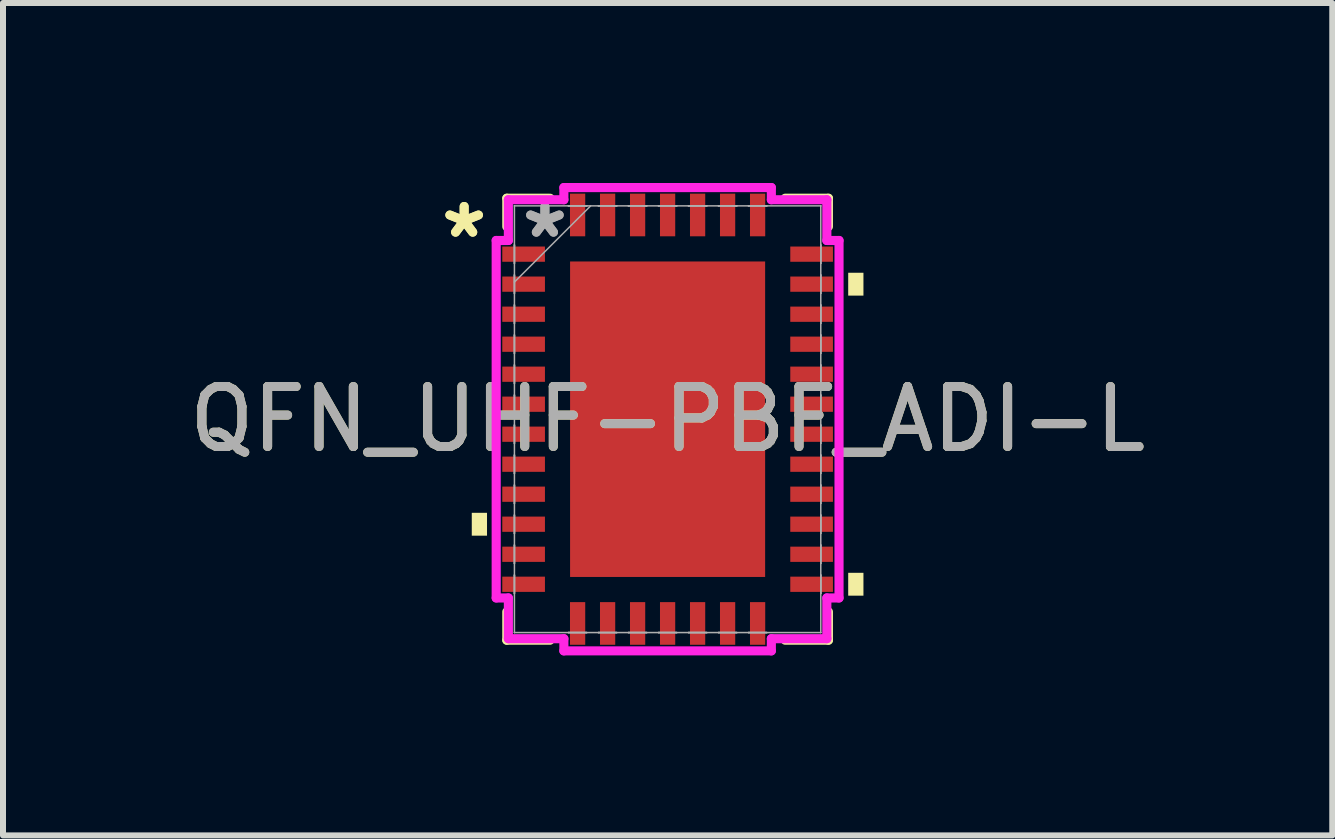
<source format=kicad_pcb>
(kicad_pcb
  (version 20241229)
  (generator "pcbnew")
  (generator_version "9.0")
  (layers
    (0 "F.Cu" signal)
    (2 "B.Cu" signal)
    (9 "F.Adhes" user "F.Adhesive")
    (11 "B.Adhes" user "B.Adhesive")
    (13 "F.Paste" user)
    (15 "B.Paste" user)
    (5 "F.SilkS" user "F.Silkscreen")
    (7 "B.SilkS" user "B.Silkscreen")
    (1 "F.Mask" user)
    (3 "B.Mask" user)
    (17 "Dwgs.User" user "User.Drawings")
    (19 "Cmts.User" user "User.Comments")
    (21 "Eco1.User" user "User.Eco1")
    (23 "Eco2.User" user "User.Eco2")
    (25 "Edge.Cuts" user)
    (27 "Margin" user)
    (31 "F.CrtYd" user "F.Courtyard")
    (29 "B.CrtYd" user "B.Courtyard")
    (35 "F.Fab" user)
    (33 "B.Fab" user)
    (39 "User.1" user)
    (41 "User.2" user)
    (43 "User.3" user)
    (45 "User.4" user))
  (footprint "QFN_UHF-PBF_ADI-L"
    (layer "F.Cu")
    (at 8.077 3.937)
    (property "Reference" "QFN_UHF-PBF_ADI-L" (at 0 0 0) (unlocked yes) (layer "F.SilkS") (effects (font (size 1 1) (thickness 0.15))))
    (attr smd)
    (fp_line (start -2.68 -3.683) (end -2.68 -3.21) (stroke (width 0.152) (type solid)) (layer "F.SilkS"))
    (fp_line (start -2.68 3.21) (end -2.68 3.683) (stroke (width 0.152) (type solid)) (layer "F.SilkS"))
    (fp_line (start -2.68 3.683) (end -1.96 3.683) (stroke (width 0.152) (type solid)) (layer "F.SilkS"))
    (fp_line (start -1.96 -3.683) (end -2.68 -3.683) (stroke (width 0.152) (type solid)) (layer "F.SilkS"))
    (fp_line (start 1.96 3.683) (end 2.68 3.683) (stroke (width 0.152) (type solid)) (layer "F.SilkS"))
    (fp_line (start 2.68 -3.683) (end 1.96 -3.683) (stroke (width 0.152) (type solid)) (layer "F.SilkS"))
    (fp_line (start 2.68 -3.21) (end 2.68 -3.683) (stroke (width 0.152) (type solid)) (layer "F.SilkS"))
    (fp_line (start 2.68 3.683) (end 2.68 3.21) (stroke (width 0.152) (type solid)) (layer "F.SilkS"))
    (fp_poly (pts (xy -3.264 1.56) (xy -3.264 1.941) (xy -3.01 1.941) (xy -3.01 1.56)) (stroke (width 0) (type solid)) (fill yes) (layer "F.SilkS"))
    (fp_poly (pts (xy 3.264 -2.441) (xy 3.264 -2.06) (xy 3.01 -2.06) (xy 3.01 -2.441)) (stroke (width 0) (type solid)) (fill yes) (layer "F.SilkS"))
    (fp_poly (pts (xy 3.264 2.56) (xy 3.264 2.941) (xy 3.01 2.941) (xy 3.01 2.56)) (stroke (width 0) (type solid)) (fill yes) (layer "F.SilkS"))
    (fp_poly (pts (xy -1.526 -2.529) (xy -1.526 -1.414) (xy -0.1 -1.414) (xy -0.1 -2.529)) (stroke (width 0) (type solid)) (fill yes) (layer "F.Paste"))
    (fp_poly (pts (xy -1.526 -1.214) (xy -1.526 -0.1) (xy -0.1 -0.1) (xy -0.1 -1.214)) (stroke (width 0) (type solid)) (fill yes) (layer "F.Paste"))
    (fp_poly (pts (xy -1.526 0.1) (xy -1.526 1.214) (xy -0.1 1.214) (xy -0.1 0.1)) (stroke (width 0) (type solid)) (fill yes) (layer "F.Paste"))
    (fp_poly (pts (xy -1.526 1.414) (xy -1.526 2.529) (xy -0.1 2.529) (xy -0.1 1.414)) (stroke (width 0) (type solid)) (fill yes) (layer "F.Paste"))
    (fp_poly (pts (xy 0.1 -2.529) (xy 0.1 -1.414) (xy 1.526 -1.414) (xy 1.526 -2.529)) (stroke (width 0) (type solid)) (fill yes) (layer "F.Paste"))
    (fp_poly (pts (xy 0.1 -1.214) (xy 0.1 -0.1) (xy 1.526 -0.1) (xy 1.526 -1.214)) (stroke (width 0) (type solid)) (fill yes) (layer "F.Paste"))
    (fp_poly (pts (xy 0.1 0.1) (xy 0.1 1.214) (xy 1.526 1.214) (xy 1.526 0.1)) (stroke (width 0) (type solid)) (fill yes) (layer "F.Paste"))
    (fp_poly (pts (xy 0.1 1.414) (xy 0.1 2.529) (xy 1.526 2.529) (xy 1.526 1.414)) (stroke (width 0) (type solid)) (fill yes) (layer "F.Paste"))
    (fp_line (start -2.857 -2.979) (end -2.654 -2.979) (stroke (width 0.152) (type solid)) (layer "F.CrtYd"))
    (fp_line (start -2.857 2.979) (end -2.857 -2.979) (stroke (width 0.152) (type solid)) (layer "F.CrtYd"))
    (fp_line (start -2.654 -3.658) (end -1.729 -3.658) (stroke (width 0.152) (type solid)) (layer "F.CrtYd"))
    (fp_line (start -2.654 -2.979) (end -2.654 -3.658) (stroke (width 0.152) (type solid)) (layer "F.CrtYd"))
    (fp_line (start -2.654 2.979) (end -2.857 2.979) (stroke (width 0.152) (type solid)) (layer "F.CrtYd"))
    (fp_line (start -2.654 3.658) (end -2.654 2.979) (stroke (width 0.152) (type solid)) (layer "F.CrtYd"))
    (fp_line (start -1.729 -3.861) (end 1.729 -3.861) (stroke (width 0.152) (type solid)) (layer "F.CrtYd"))
    (fp_line (start -1.729 -3.658) (end -1.729 -3.861) (stroke (width 0.152) (type solid)) (layer "F.CrtYd"))
    (fp_line (start -1.729 3.658) (end -2.654 3.658) (stroke (width 0.152) (type solid)) (layer "F.CrtYd"))
    (fp_line (start -1.729 3.861) (end -1.729 3.658) (stroke (width 0.152) (type solid)) (layer "F.CrtYd"))
    (fp_line (start 1.729 -3.861) (end 1.729 -3.658) (stroke (width 0.152) (type solid)) (layer "F.CrtYd"))
    (fp_line (start 1.729 -3.658) (end 2.654 -3.658) (stroke (width 0.152) (type solid)) (layer "F.CrtYd"))
    (fp_line (start 1.729 3.658) (end 1.729 3.861) (stroke (width 0.152) (type solid)) (layer "F.CrtYd"))
    (fp_line (start 1.729 3.861) (end -1.729 3.861) (stroke (width 0.152) (type solid)) (layer "F.CrtYd"))
    (fp_line (start 2.654 -3.658) (end 2.654 -2.979) (stroke (width 0.152) (type solid)) (layer "F.CrtYd"))
    (fp_line (start 2.654 -2.979) (end 2.857 -2.979) (stroke (width 0.152) (type solid)) (layer "F.CrtYd"))
    (fp_line (start 2.654 2.979) (end 2.654 3.658) (stroke (width 0.152) (type solid)) (layer "F.CrtYd"))
    (fp_line (start 2.654 3.658) (end 1.729 3.658) (stroke (width 0.152) (type solid)) (layer "F.CrtYd"))
    (fp_line (start 2.857 -2.979) (end 2.857 2.979) (stroke (width 0.152) (type solid)) (layer "F.CrtYd"))
    (fp_line (start 2.857 2.979) (end 2.654 2.979) (stroke (width 0.152) (type solid)) (layer "F.CrtYd"))
    (fp_line (start -2.553 -3.556) (end -2.553 -3.556) (stroke (width 0.025) (type solid)) (layer "F.Fab"))
    (fp_line (start -2.553 -3.556) (end -2.553 3.556) (stroke (width 0.025) (type solid)) (layer "F.Fab"))
    (fp_line (start -2.553 -2.903) (end -2.553 -2.903) (stroke (width 0.025) (type solid)) (layer "F.Fab"))
    (fp_line (start -2.553 -2.903) (end -2.553 -2.598) (stroke (width 0.025) (type solid)) (layer "F.Fab"))
    (fp_line (start -2.553 -2.598) (end -2.553 -2.903) (stroke (width 0.025) (type solid)) (layer "F.Fab"))
    (fp_line (start -2.553 -2.598) (end -2.553 -2.598) (stroke (width 0.025) (type solid)) (layer "F.Fab"))
    (fp_line (start -2.553 -2.403) (end -2.553 -2.403) (stroke (width 0.025) (type solid)) (layer "F.Fab"))
    (fp_line (start -2.553 -2.403) (end -2.553 -2.098) (stroke (width 0.025) (type solid)) (layer "F.Fab"))
    (fp_line (start -2.553 -2.286) (end -1.283 -3.556) (stroke (width 0.025) (type solid)) (layer "F.Fab"))
    (fp_line (start -2.553 -2.098) (end -2.553 -2.403) (stroke (width 0.025) (type solid)) (layer "F.Fab"))
    (fp_line (start -2.553 -2.098) (end -2.553 -2.098) (stroke (width 0.025) (type solid)) (layer "F.Fab"))
    (fp_line (start -2.553 -1.903) (end -2.553 -1.903) (stroke (width 0.025) (type solid)) (layer "F.Fab"))
    (fp_line (start -2.553 -1.903) (end -2.553 -1.598) (stroke (width 0.025) (type solid)) (layer "F.Fab"))
    (fp_line (start -2.553 -1.598) (end -2.553 -1.903) (stroke (width 0.025) (type solid)) (layer "F.Fab"))
    (fp_line (start -2.553 -1.598) (end -2.553 -1.598) (stroke (width 0.025) (type solid)) (layer "F.Fab"))
    (fp_line (start -2.553 -1.403) (end -2.553 -1.403) (stroke (width 0.025) (type solid)) (layer "F.Fab"))
    (fp_line (start -2.553 -1.403) (end -2.553 -1.098) (stroke (width 0.025) (type solid)) (layer "F.Fab"))
    (fp_line (start -2.553 -1.098) (end -2.553 -1.403) (stroke (width 0.025) (type solid)) (layer "F.Fab"))
    (fp_line (start -2.553 -1.098) (end -2.553 -1.098) (stroke (width 0.025) (type solid)) (layer "F.Fab"))
    (fp_line (start -2.553 -0.903) (end -2.553 -0.903) (stroke (width 0.025) (type solid)) (layer "F.Fab"))
    (fp_line (start -2.553 -0.903) (end -2.553 -0.598) (stroke (width 0.025) (type solid)) (layer "F.Fab"))
    (fp_line (start -2.553 -0.598) (end -2.553 -0.903) (stroke (width 0.025) (type solid)) (layer "F.Fab"))
    (fp_line (start -2.553 -0.598) (end -2.553 -0.598) (stroke (width 0.025) (type solid)) (layer "F.Fab"))
    (fp_line (start -2.553 -0.402) (end -2.553 -0.402) (stroke (width 0.025) (type solid)) (layer "F.Fab"))
    (fp_line (start -2.553 -0.402) (end -2.553 -0.098) (stroke (width 0.025) (type solid)) (layer "F.Fab"))
    (fp_line (start -2.553 -0.098) (end -2.553 -0.402) (stroke (width 0.025) (type solid)) (layer "F.Fab"))
    (fp_line (start -2.553 -0.098) (end -2.553 -0.098) (stroke (width 0.025) (type solid)) (layer "F.Fab"))
    (fp_line (start -2.553 0.098) (end -2.553 0.098) (stroke (width 0.025) (type solid)) (layer "F.Fab"))
    (fp_line (start -2.553 0.098) (end -2.553 0.402) (stroke (width 0.025) (type solid)) (layer "F.Fab"))
    (fp_line (start -2.553 0.402) (end -2.553 0.098) (stroke (width 0.025) (type solid)) (layer "F.Fab"))
    (fp_line (start -2.553 0.402) (end -2.553 0.402) (stroke (width 0.025) (type solid)) (layer "F.Fab"))
    (fp_line (start -2.553 0.598) (end -2.553 0.598) (stroke (width 0.025) (type solid)) (layer "F.Fab"))
    (fp_line (start -2.553 0.598) (end -2.553 0.903) (stroke (width 0.025) (type solid)) (layer "F.Fab"))
    (fp_line (start -2.553 0.903) (end -2.553 0.598) (stroke (width 0.025) (type solid)) (layer "F.Fab"))
    (fp_line (start -2.553 0.903) (end -2.553 0.903) (stroke (width 0.025) (type solid)) (layer "F.Fab"))
    (fp_line (start -2.553 1.098) (end -2.553 1.098) (stroke (width 0.025) (type solid)) (layer "F.Fab"))
    (fp_line (start -2.553 1.098) (end -2.553 1.403) (stroke (width 0.025) (type solid)) (layer "F.Fab"))
    (fp_line (start -2.553 1.403) (end -2.553 1.098) (stroke (width 0.025) (type solid)) (layer "F.Fab"))
    (fp_line (start -2.553 1.403) (end -2.553 1.403) (stroke (width 0.025) (type solid)) (layer "F.Fab"))
    (fp_line (start -2.553 1.598) (end -2.553 1.598) (stroke (width 0.025) (type solid)) (layer "F.Fab"))
    (fp_line (start -2.553 1.598) (end -2.553 1.903) (stroke (width 0.025) (type solid)) (layer "F.Fab"))
    (fp_line (start -2.553 1.903) (end -2.553 1.598) (stroke (width 0.025) (type solid)) (layer "F.Fab"))
    (fp_line (start -2.553 1.903) (end -2.553 1.903) (stroke (width 0.025) (type solid)) (layer "F.Fab"))
    (fp_line (start -2.553 2.098) (end -2.553 2.098) (stroke (width 0.025) (type solid)) (layer "F.Fab"))
    (fp_line (start -2.553 2.098) (end -2.553 2.403) (stroke (width 0.025) (type solid)) (layer "F.Fab"))
    (fp_line (start -2.553 2.403) (end -2.553 2.098) (stroke (width 0.025) (type solid)) (layer "F.Fab"))
    (fp_line (start -2.553 2.403) (end -2.553 2.403) (stroke (width 0.025) (type solid)) (layer "F.Fab"))
    (fp_line (start -2.553 2.598) (end -2.553 2.598) (stroke (width 0.025) (type solid)) (layer "F.Fab"))
    (fp_line (start -2.553 2.598) (end -2.553 2.903) (stroke (width 0.025) (type solid)) (layer "F.Fab"))
    (fp_line (start -2.553 2.903) (end -2.553 2.598) (stroke (width 0.025) (type solid)) (layer "F.Fab"))
    (fp_line (start -2.553 2.903) (end -2.553 2.903) (stroke (width 0.025) (type solid)) (layer "F.Fab"))
    (fp_line (start -2.553 3.556) (end -2.553 3.556) (stroke (width 0.025) (type solid)) (layer "F.Fab"))
    (fp_line (start -2.553 3.556) (end 2.553 3.556) (stroke (width 0.025) (type solid)) (layer "F.Fab"))
    (fp_line (start -1.653 -3.556) (end -1.653 -3.556) (stroke (width 0.025) (type solid)) (layer "F.Fab"))
    (fp_line (start -1.653 -3.556) (end -1.348 -3.556) (stroke (width 0.025) (type solid)) (layer "F.Fab"))
    (fp_line (start -1.653 3.556) (end -1.653 3.556) (stroke (width 0.025) (type solid)) (layer "F.Fab"))
    (fp_line (start -1.653 3.556) (end -1.348 3.556) (stroke (width 0.025) (type solid)) (layer "F.Fab"))
    (fp_line (start -1.348 -3.556) (end -1.653 -3.556) (stroke (width 0.025) (type solid)) (layer "F.Fab"))
    (fp_line (start -1.348 -3.556) (end -1.348 -3.556) (stroke (width 0.025) (type solid)) (layer "F.Fab"))
    (fp_line (start -1.348 3.556) (end -1.653 3.556) (stroke (width 0.025) (type solid)) (layer "F.Fab"))
    (fp_line (start -1.348 3.556) (end -1.348 3.556) (stroke (width 0.025) (type solid)) (layer "F.Fab"))
    (fp_line (start -1.153 -3.556) (end -1.153 -3.556) (stroke (width 0.025) (type solid)) (layer "F.Fab"))
    (fp_line (start -1.153 -3.556) (end -0.848 -3.556) (stroke (width 0.025) (type solid)) (layer "F.Fab"))
    (fp_line (start -1.153 3.556) (end -1.153 3.556) (stroke (width 0.025) (type solid)) (layer "F.Fab"))
    (fp_line (start -1.153 3.556) (end -0.848 3.556) (stroke (width 0.025) (type solid)) (layer "F.Fab"))
    (fp_line (start -0.848 -3.556) (end -1.153 -3.556) (stroke (width 0.025) (type solid)) (layer "F.Fab"))
    (fp_line (start -0.848 -3.556) (end -0.848 -3.556) (stroke (width 0.025) (type solid)) (layer "F.Fab"))
    (fp_line (start -0.848 3.556) (end -1.153 3.556) (stroke (width 0.025) (type solid)) (layer "F.Fab"))
    (fp_line (start -0.848 3.556) (end -0.848 3.556) (stroke (width 0.025) (type solid)) (layer "F.Fab"))
    (fp_line (start -0.653 -3.556) (end -0.653 -3.556) (stroke (width 0.025) (type solid)) (layer "F.Fab"))
    (fp_line (start -0.653 -3.556) (end -0.348 -3.556) (stroke (width 0.025) (type solid)) (layer "F.Fab"))
    (fp_line (start -0.653 3.556) (end -0.653 3.556) (stroke (width 0.025) (type solid)) (layer "F.Fab"))
    (fp_line (start -0.653 3.556) (end -0.348 3.556) (stroke (width 0.025) (type solid)) (layer "F.Fab"))
    (fp_line (start -0.348 -3.556) (end -0.653 -3.556) (stroke (width 0.025) (type solid)) (layer "F.Fab"))
    (fp_line (start -0.348 -3.556) (end -0.348 -3.556) (stroke (width 0.025) (type solid)) (layer "F.Fab"))
    (fp_line (start -0.348 3.556) (end -0.653 3.556) (stroke (width 0.025) (type solid)) (layer "F.Fab"))
    (fp_line (start -0.348 3.556) (end -0.348 3.556) (stroke (width 0.025) (type solid)) (layer "F.Fab"))
    (fp_line (start -0.152 -3.556) (end -0.152 -3.556) (stroke (width 0.025) (type solid)) (layer "F.Fab"))
    (fp_line (start -0.152 -3.556) (end 0.152 -3.556) (stroke (width 0.025) (type solid)) (layer "F.Fab"))
    (fp_line (start -0.152 3.556) (end -0.152 3.556) (stroke (width 0.025) (type solid)) (layer "F.Fab"))
    (fp_line (start -0.152 3.556) (end 0.152 3.556) (stroke (width 0.025) (type solid)) (layer "F.Fab"))
    (fp_line (start 0.152 -3.556) (end -0.152 -3.556) (stroke (width 0.025) (type solid)) (layer "F.Fab"))
    (fp_line (start 0.152 -3.556) (end 0.152 -3.556) (stroke (width 0.025) (type solid)) (layer "F.Fab"))
    (fp_line (start 0.152 3.556) (end -0.152 3.556) (stroke (width 0.025) (type solid)) (layer "F.Fab"))
    (fp_line (start 0.152 3.556) (end 0.152 3.556) (stroke (width 0.025) (type solid)) (layer "F.Fab"))
    (fp_line (start 0.348 -3.556) (end 0.348 -3.556) (stroke (width 0.025) (type solid)) (layer "F.Fab"))
    (fp_line (start 0.348 -3.556) (end 0.653 -3.556) (stroke (width 0.025) (type solid)) (layer "F.Fab"))
    (fp_line (start 0.348 3.556) (end 0.348 3.556) (stroke (width 0.025) (type solid)) (layer "F.Fab"))
    (fp_line (start 0.348 3.556) (end 0.653 3.556) (stroke (width 0.025) (type solid)) (layer "F.Fab"))
    (fp_line (start 0.653 -3.556) (end 0.348 -3.556) (stroke (width 0.025) (type solid)) (layer "F.Fab"))
    (fp_line (start 0.653 -3.556) (end 0.653 -3.556) (stroke (width 0.025) (type solid)) (layer "F.Fab"))
    (fp_line (start 0.653 3.556) (end 0.348 3.556) (stroke (width 0.025) (type solid)) (layer "F.Fab"))
    (fp_line (start 0.653 3.556) (end 0.653 3.556) (stroke (width 0.025) (type solid)) (layer "F.Fab"))
    (fp_line (start 0.848 -3.556) (end 0.848 -3.556) (stroke (width 0.025) (type solid)) (layer "F.Fab"))
    (fp_line (start 0.848 -3.556) (end 1.153 -3.556) (stroke (width 0.025) (type solid)) (layer "F.Fab"))
    (fp_line (start 0.848 3.556) (end 0.848 3.556) (stroke (width 0.025) (type solid)) (layer "F.Fab"))
    (fp_line (start 0.848 3.556) (end 1.153 3.556) (stroke (width 0.025) (type solid)) (layer "F.Fab"))
    (fp_line (start 1.153 -3.556) (end 0.848 -3.556) (stroke (width 0.025) (type solid)) (layer "F.Fab"))
    (fp_line (start 1.153 -3.556) (end 1.153 -3.556) (stroke (width 0.025) (type solid)) (layer "F.Fab"))
    (fp_line (start 1.153 3.556) (end 0.848 3.556) (stroke (width 0.025) (type solid)) (layer "F.Fab"))
    (fp_line (start 1.153 3.556) (end 1.153 3.556) (stroke (width 0.025) (type solid)) (layer "F.Fab"))
    (fp_line (start 1.348 -3.556) (end 1.348 -3.556) (stroke (width 0.025) (type solid)) (layer "F.Fab"))
    (fp_line (start 1.348 -3.556) (end 1.653 -3.556) (stroke (width 0.025) (type solid)) (layer "F.Fab"))
    (fp_line (start 1.348 3.556) (end 1.348 3.556) (stroke (width 0.025) (type solid)) (layer "F.Fab"))
    (fp_line (start 1.348 3.556) (end 1.653 3.556) (stroke (width 0.025) (type solid)) (layer "F.Fab"))
    (fp_line (start 1.653 -3.556) (end 1.348 -3.556) (stroke (width 0.025) (type solid)) (layer "F.Fab"))
    (fp_line (start 1.653 -3.556) (end 1.653 -3.556) (stroke (width 0.025) (type solid)) (layer "F.Fab"))
    (fp_line (start 1.653 3.556) (end 1.348 3.556) (stroke (width 0.025) (type solid)) (layer "F.Fab"))
    (fp_line (start 1.653 3.556) (end 1.653 3.556) (stroke (width 0.025) (type solid)) (layer "F.Fab"))
    (fp_line (start 2.553 -3.556) (end -2.553 -3.556) (stroke (width 0.025) (type solid)) (layer "F.Fab"))
    (fp_line (start 2.553 -3.556) (end 2.553 -3.556) (stroke (width 0.025) (type solid)) (layer "F.Fab"))
    (fp_line (start 2.553 -2.903) (end 2.553 -2.903) (stroke (width 0.025) (type solid)) (layer "F.Fab"))
    (fp_line (start 2.553 -2.903) (end 2.553 -2.598) (stroke (width 0.025) (type solid)) (layer "F.Fab"))
    (fp_line (start 2.553 -2.598) (end 2.553 -2.903) (stroke (width 0.025) (type solid)) (layer "F.Fab"))
    (fp_line (start 2.553 -2.598) (end 2.553 -2.598) (stroke (width 0.025) (type solid)) (layer "F.Fab"))
    (fp_line (start 2.553 -2.403) (end 2.553 -2.403) (stroke (width 0.025) (type solid)) (layer "F.Fab"))
    (fp_line (start 2.553 -2.403) (end 2.553 -2.098) (stroke (width 0.025) (type solid)) (layer "F.Fab"))
    (fp_line (start 2.553 -2.098) (end 2.553 -2.403) (stroke (width 0.025) (type solid)) (layer "F.Fab"))
    (fp_line (start 2.553 -2.098) (end 2.553 -2.098) (stroke (width 0.025) (type solid)) (layer "F.Fab"))
    (fp_line (start 2.553 -1.903) (end 2.553 -1.903) (stroke (width 0.025) (type solid)) (layer "F.Fab"))
    (fp_line (start 2.553 -1.903) (end 2.553 -1.598) (stroke (width 0.025) (type solid)) (layer "F.Fab"))
    (fp_line (start 2.553 -1.598) (end 2.553 -1.903) (stroke (width 0.025) (type solid)) (layer "F.Fab"))
    (fp_line (start 2.553 -1.598) (end 2.553 -1.598) (stroke (width 0.025) (type solid)) (layer "F.Fab"))
    (fp_line (start 2.553 -1.403) (end 2.553 -1.403) (stroke (width 0.025) (type solid)) (layer "F.Fab"))
    (fp_line (start 2.553 -1.403) (end 2.553 -1.098) (stroke (width 0.025) (type solid)) (layer "F.Fab"))
    (fp_line (start 2.553 -1.098) (end 2.553 -1.403) (stroke (width 0.025) (type solid)) (layer "F.Fab"))
    (fp_line (start 2.553 -1.098) (end 2.553 -1.098) (stroke (width 0.025) (type solid)) (layer "F.Fab"))
    (fp_line (start 2.553 -0.903) (end 2.553 -0.903) (stroke (width 0.025) (type solid)) (layer "F.Fab"))
    (fp_line (start 2.553 -0.903) (end 2.553 -0.598) (stroke (width 0.025) (type solid)) (layer "F.Fab"))
    (fp_line (start 2.553 -0.598) (end 2.553 -0.903) (stroke (width 0.025) (type solid)) (layer "F.Fab"))
    (fp_line (start 2.553 -0.598) (end 2.553 -0.598) (stroke (width 0.025) (type solid)) (layer "F.Fab"))
    (fp_line (start 2.553 -0.402) (end 2.553 -0.402) (stroke (width 0.025) (type solid)) (layer "F.Fab"))
    (fp_line (start 2.553 -0.402) (end 2.553 -0.098) (stroke (width 0.025) (type solid)) (layer "F.Fab"))
    (fp_line (start 2.553 -0.098) (end 2.553 -0.402) (stroke (width 0.025) (type solid)) (layer "F.Fab"))
    (fp_line (start 2.553 -0.098) (end 2.553 -0.098) (stroke (width 0.025) (type solid)) (layer "F.Fab"))
    (fp_line (start 2.553 0.098) (end 2.553 0.098) (stroke (width 0.025) (type solid)) (layer "F.Fab"))
    (fp_line (start 2.553 0.098) (end 2.553 0.402) (stroke (width 0.025) (type solid)) (layer "F.Fab"))
    (fp_line (start 2.553 0.402) (end 2.553 0.098) (stroke (width 0.025) (type solid)) (layer "F.Fab"))
    (fp_line (start 2.553 0.402) (end 2.553 0.402) (stroke (width 0.025) (type solid)) (layer "F.Fab"))
    (fp_line (start 2.553 0.598) (end 2.553 0.598) (stroke (width 0.025) (type solid)) (layer "F.Fab"))
    (fp_line (start 2.553 0.598) (end 2.553 0.903) (stroke (width 0.025) (type solid)) (layer "F.Fab"))
    (fp_line (start 2.553 0.903) (end 2.553 0.598) (stroke (width 0.025) (type solid)) (layer "F.Fab"))
    (fp_line (start 2.553 0.903) (end 2.553 0.903) (stroke (width 0.025) (type solid)) (layer "F.Fab"))
    (fp_line (start 2.553 1.098) (end 2.553 1.098) (stroke (width 0.025) (type solid)) (layer "F.Fab"))
    (fp_line (start 2.553 1.098) (end 2.553 1.403) (stroke (width 0.025) (type solid)) (layer "F.Fab"))
    (fp_line (start 2.553 1.403) (end 2.553 1.098) (stroke (width 0.025) (type solid)) (layer "F.Fab"))
    (fp_line (start 2.553 1.403) (end 2.553 1.403) (stroke (width 0.025) (type solid)) (layer "F.Fab"))
    (fp_line (start 2.553 1.598) (end 2.553 1.598) (stroke (width 0.025) (type solid)) (layer "F.Fab"))
    (fp_line (start 2.553 1.598) (end 2.553 1.903) (stroke (width 0.025) (type solid)) (layer "F.Fab"))
    (fp_line (start 2.553 1.903) (end 2.553 1.598) (stroke (width 0.025) (type solid)) (layer "F.Fab"))
    (fp_line (start 2.553 1.903) (end 2.553 1.903) (stroke (width 0.025) (type solid)) (layer "F.Fab"))
    (fp_line (start 2.553 2.098) (end 2.553 2.098) (stroke (width 0.025) (type solid)) (layer "F.Fab"))
    (fp_line (start 2.553 2.098) (end 2.553 2.403) (stroke (width 0.025) (type solid)) (layer "F.Fab"))
    (fp_line (start 2.553 2.403) (end 2.553 2.098) (stroke (width 0.025) (type solid)) (layer "F.Fab"))
    (fp_line (start 2.553 2.403) (end 2.553 2.403) (stroke (width 0.025) (type solid)) (layer "F.Fab"))
    (fp_line (start 2.553 2.598) (end 2.553 2.598) (stroke (width 0.025) (type solid)) (layer "F.Fab"))
    (fp_line (start 2.553 2.598) (end 2.553 2.903) (stroke (width 0.025) (type solid)) (layer "F.Fab"))
    (fp_line (start 2.553 2.903) (end 2.553 2.598) (stroke (width 0.025) (type solid)) (layer "F.Fab"))
    (fp_line (start 2.553 2.903) (end 2.553 2.903) (stroke (width 0.025) (type solid)) (layer "F.Fab"))
    (fp_line (start 2.553 3.556) (end 2.553 -3.556) (stroke (width 0.025) (type solid)) (layer "F.Fab"))
    (fp_line (start 2.553 3.556) (end 2.553 3.556) (stroke (width 0.025) (type solid)) (layer "F.Fab"))
    (fp_text user "*" (at -3.391 -3.001 0) (unlocked yes) (layer "F.SilkS") (effects (font (size 1 1) (thickness 0.15))))
    (fp_text user "*" (at -3.391 -3.001 0) (layer "F.SilkS") (effects (font (size 1 1) (thickness 0.15))))
    (fp_text user "*" (at -2.045 -3.001 0) (unlocked yes) (layer "F.Fab") (effects (font (size 1 1) (thickness 0.15))))
    (fp_text user "${REFERENCE}" (at 0 0 0) (unlocked yes) (layer "F.Fab") (effects (font (size 1 1) (thickness 0.15))))
    (fp_text user "*" (at -2.045 -3.001 0) (layer "F.Fab") (effects (font (size 1 1) (thickness 0.15))))
    (pad "1" smd rect (at -2.4 -2.751 90) (size 0.254 0.711) (layers "F.Cu" "F.Mask" "F.Paste"))
    (pad "2" smd rect (at -2.4 -2.251 90) (size 0.254 0.711) (layers "F.Cu" "F.Mask" "F.Paste"))
    (pad "3" smd rect (at -2.4 -1.75 90) (size 0.254 0.711) (layers "F.Cu" "F.Mask" "F.Paste"))
    (pad "4" smd rect (at -2.4 -1.25 90) (size 0.254 0.711) (layers "F.Cu" "F.Mask" "F.Paste"))
    (pad "5" smd rect (at -2.4 -0.75 90) (size 0.254 0.711) (layers "F.Cu" "F.Mask" "F.Paste"))
    (pad "6" smd rect (at -2.4 -0.25 90) (size 0.254 0.711) (layers "F.Cu" "F.Mask" "F.Paste"))
    (pad "7" smd rect (at -2.4 0.25 90) (size 0.254 0.711) (layers "F.Cu" "F.Mask" "F.Paste"))
    (pad "8" smd rect (at -2.4 0.75 90) (size 0.254 0.711) (layers "F.Cu" "F.Mask" "F.Paste"))
    (pad "9" smd rect (at -2.4 1.25 90) (size 0.254 0.711) (layers "F.Cu" "F.Mask" "F.Paste"))
    (pad "10" smd rect (at -2.4 1.75 90) (size 0.254 0.711) (layers "F.Cu" "F.Mask" "F.Paste"))
    (pad "11" smd rect (at -2.4 2.251 90) (size 0.254 0.711) (layers "F.Cu" "F.Mask" "F.Paste"))
    (pad "12" smd rect (at -2.4 2.751 90) (size 0.254 0.711) (layers "F.Cu" "F.Mask" "F.Paste"))
    (pad "13" smd rect (at -1.5 3.404) (size 0.254 0.711) (layers "F.Cu" "F.Mask" "F.Paste"))
    (pad "14" smd rect (at -1 3.404) (size 0.254 0.711) (layers "F.Cu" "F.Mask" "F.Paste"))
    (pad "15" smd rect (at -0.5 3.404) (size 0.254 0.711) (layers "F.Cu" "F.Mask" "F.Paste"))
    (pad "16" smd rect (at 0 3.404) (size 0.254 0.711) (layers "F.Cu" "F.Mask" "F.Paste"))
    (pad "17" smd rect (at 0.5 3.404) (size 0.254 0.711) (layers "F.Cu" "F.Mask" "F.Paste"))
    (pad "18" smd rect (at 1 3.404) (size 0.254 0.711) (layers "F.Cu" "F.Mask" "F.Paste"))
    (pad "19" smd rect (at 1.5 3.404) (size 0.254 0.711) (layers "F.Cu" "F.Mask" "F.Paste"))
    (pad "20" smd rect (at 2.4 2.751 90) (size 0.254 0.711) (layers "F.Cu" "F.Mask" "F.Paste"))
    (pad "21" smd rect (at 2.4 2.251 90) (size 0.254 0.711) (layers "F.Cu" "F.Mask" "F.Paste"))
    (pad "22" smd rect (at 2.4 1.75 90) (size 0.254 0.711) (layers "F.Cu" "F.Mask" "F.Paste"))
    (pad "23" smd rect (at 2.4 1.25 90) (size 0.254 0.711) (layers "F.Cu" "F.Mask" "F.Paste"))
    (pad "24" smd rect (at 2.4 0.75 90) (size 0.254 0.711) (layers "F.Cu" "F.Mask" "F.Paste"))
    (pad "25" smd rect (at 2.4 0.25 90) (size 0.254 0.711) (layers "F.Cu" "F.Mask" "F.Paste"))
    (pad "26" smd rect (at 2.4 -0.25 90) (size 0.254 0.711) (layers "F.Cu" "F.Mask" "F.Paste"))
    (pad "27" smd rect (at 2.4 -0.75 90) (size 0.254 0.711) (layers "F.Cu" "F.Mask" "F.Paste"))
    (pad "28" smd rect (at 2.4 -1.25 90) (size 0.254 0.711) (layers "F.Cu" "F.Mask" "F.Paste"))
    (pad "29" smd rect (at 2.4 -1.75 90) (size 0.254 0.711) (layers "F.Cu" "F.Mask" "F.Paste"))
    (pad "30" smd rect (at 2.4 -2.251 90) (size 0.254 0.711) (layers "F.Cu" "F.Mask" "F.Paste"))
    (pad "31" smd rect (at 2.4 -2.751 90) (size 0.254 0.711) (layers "F.Cu" "F.Mask" "F.Paste"))
    (pad "32" smd rect (at 1.5 -3.404) (size 0.254 0.711) (layers "F.Cu" "F.Mask" "F.Paste"))
    (pad "33" smd rect (at 1 -3.404) (size 0.254 0.711) (layers "F.Cu" "F.Mask" "F.Paste"))
    (pad "34" smd rect (at 0.5 -3.404) (size 0.254 0.711) (layers "F.Cu" "F.Mask" "F.Paste"))
    (pad "35" smd rect (at 0 -3.404) (size 0.254 0.711) (layers "F.Cu" "F.Mask" "F.Paste"))
    (pad "36" smd rect (at -0.5 -3.404) (size 0.254 0.711) (layers "F.Cu" "F.Mask" "F.Paste"))
    (pad "37" smd rect (at -1 -3.404) (size 0.254 0.711) (layers "F.Cu" "F.Mask" "F.Paste"))
    (pad "38" smd rect (at -1.5 -3.404) (size 0.254 0.711) (layers "F.Cu" "F.Mask" "F.Paste"))
    (pad "39" smd rect (at 0 0) (size 3.251 5.258) (layers "F.Cu" "F.Mask")))
  (gr_rect
    (start -3 -3)
    (end 19.155 10.874)
    (stroke (width 0.1) (type default))
    (fill no)
    (layer "Edge.Cuts")))
</source>
